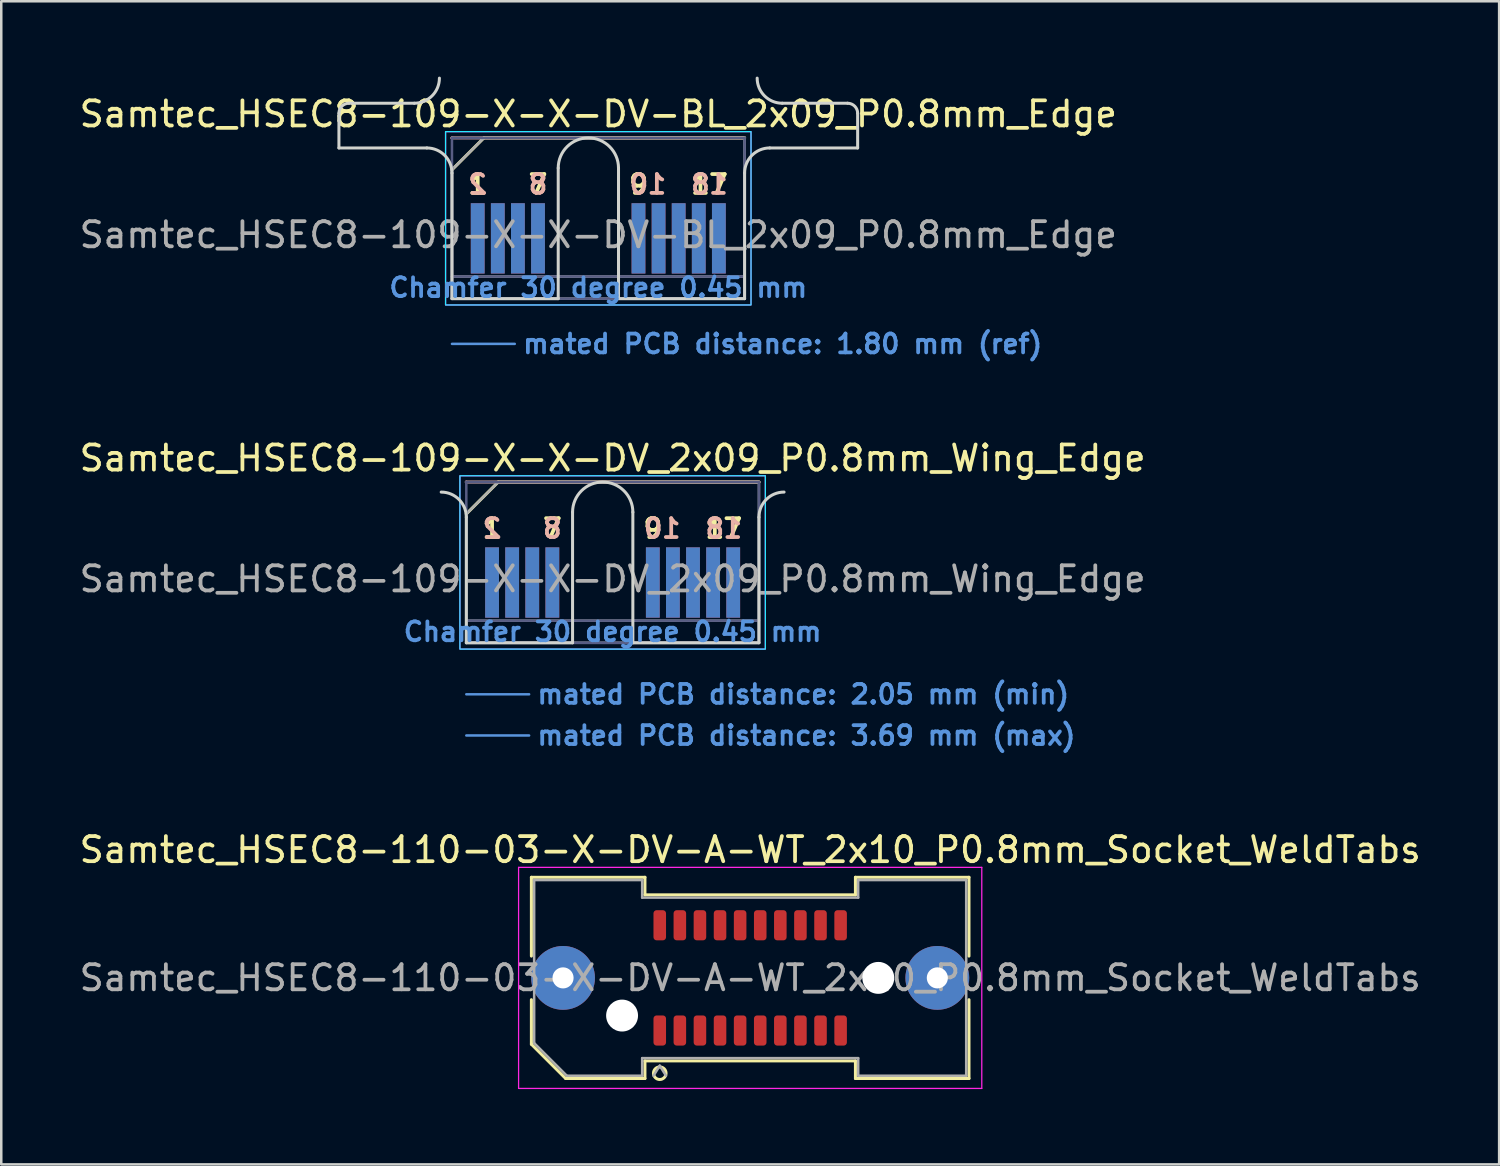
<source format=kicad_pcb>
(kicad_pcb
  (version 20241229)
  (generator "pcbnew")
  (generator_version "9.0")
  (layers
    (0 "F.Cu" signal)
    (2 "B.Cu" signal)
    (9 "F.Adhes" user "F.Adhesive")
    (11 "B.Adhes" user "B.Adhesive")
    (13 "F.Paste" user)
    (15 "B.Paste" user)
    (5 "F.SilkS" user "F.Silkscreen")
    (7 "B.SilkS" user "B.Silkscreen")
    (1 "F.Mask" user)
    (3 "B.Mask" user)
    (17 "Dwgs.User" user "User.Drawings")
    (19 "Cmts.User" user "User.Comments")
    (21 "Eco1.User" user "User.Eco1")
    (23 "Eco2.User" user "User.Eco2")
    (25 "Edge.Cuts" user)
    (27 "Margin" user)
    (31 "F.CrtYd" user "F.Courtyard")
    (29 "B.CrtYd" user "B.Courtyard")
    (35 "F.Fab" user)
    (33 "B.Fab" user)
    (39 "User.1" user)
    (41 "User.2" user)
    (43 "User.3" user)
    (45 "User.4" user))
  (footprint "Samtec_HSEC8-109-X-X-DV-BL_2x09_P0.8mm_Edge"
    (layer "F.Cu")
    (at 20.768 8.84)
    (property "Reference" "Samtec_HSEC8-109-X-X-DV-BL_2x09_P0.8mm_Edge" (at 0 -7.35 0) (layer "F.SilkS") (effects (font (size 1 1) (thickness 0.15))))
    (attr exclude_from_pos_files exclude_from_bom)
    (fp_line (start -5.825 -5.13) (end -4.555 -6.4) (stroke (width 0.12) (type solid)) (layer "F.SilkS"))
    (fp_line (start -4.555 -6.4) (end 5.825 -6.4) (stroke (width 0.12) (type solid)) (layer "F.SilkS"))
    (fp_line (start -5.825 -6.4) (end -5.825 -6.4) (stroke (width 0.12) (type solid)) (layer "B.SilkS"))
    (fp_line (start -5.825 -6.4) (end 5.825 -6.4) (stroke (width 0.12) (type solid)) (layer "B.SilkS"))
    (fp_line (start -5.825 1.8) (end -3.325 1.8) (stroke (width 0.1) (type solid)) (layer "Cmts.User"))
    (fp_line (start -10.325 -6) (end -10.325 -7.38) (stroke (width 0.12) (type solid)) (layer "Edge.Cuts"))
    (fp_line (start -9.925 -7.78) (end -7.325 -7.78) (stroke (width 0.12) (type solid)) (layer "Edge.Cuts"))
    (fp_line (start -6.825 -6) (end -10.325 -6) (stroke (width 0.12) (type solid)) (layer "Edge.Cuts"))
    (fp_line (start -5.825 -5) (end -5.825 0) (stroke (width 0.12) (type solid)) (layer "Edge.Cuts"))
    (fp_line (start -5.825 0) (end -1.595 0) (stroke (width 0.12) (type solid)) (layer "Edge.Cuts"))
    (fp_line (start -1.595 0) (end -1.595 -5.2) (stroke (width 0.12) (type solid)) (layer "Edge.Cuts"))
    (fp_line (start 0.805 -5.2) (end 0.805 0) (stroke (width 0.12) (type solid)) (layer "Edge.Cuts"))
    (fp_line (start 0.805 0) (end 5.825 0) (stroke (width 0.12) (type solid)) (layer "Edge.Cuts"))
    (fp_line (start 5.825 0) (end 5.825 -5) (stroke (width 0.12) (type solid)) (layer "Edge.Cuts"))
    (fp_line (start 6.825 -6) (end 10.325 -6) (stroke (width 0.12) (type solid)) (layer "Edge.Cuts"))
    (fp_line (start 9.925 -7.78) (end 7.325 -7.78) (stroke (width 0.12) (type solid)) (layer "Edge.Cuts"))
    (fp_line (start 10.325 -6) (end 10.325 -7.38) (stroke (width 0.12) (type solid)) (layer "Edge.Cuts"))
    (fp_arc (start -10.325 -7.38) (mid -10.207843 -7.662843) (end -9.925 -7.78) (stroke (width 0.12) (type solid)) (layer "Edge.Cuts"))
    (fp_arc (start -6.825 -6) (mid -6.117893 -5.707107) (end -5.825 -5) (stroke (width 0.12) (type solid)) (layer "Edge.Cuts"))
    (fp_arc (start -6.325 -8.78) (mid -6.617893 -8.072893) (end -7.325 -7.78) (stroke (width 0.12) (type solid)) (layer "Edge.Cuts"))
    (fp_arc (start -1.595 -5.2) (mid -0.395 -6.4) (end 0.805 -5.2) (stroke (width 0.12) (type solid)) (layer "Edge.Cuts"))
    (fp_arc (start 5.825 -5) (mid 6.117893 -5.707107) (end 6.825 -6) (stroke (width 0.12) (type solid)) (layer "Edge.Cuts"))
    (fp_arc (start 7.325 -7.78) (mid 6.617893 -8.072893) (end 6.325 -8.78) (stroke (width 0.12) (type solid)) (layer "Edge.Cuts"))
    (fp_arc (start 9.925 -7.78) (mid 10.207843 -7.662843) (end 10.325 -7.38) (stroke (width 0.12) (type solid)) (layer "Edge.Cuts"))
    (fp_rect (start -6.08 -6.65) (end 6.08 0.25) (stroke (width 0.05) (type solid)) (fill no) (layer "B.CrtYd"))
    (fp_rect (start -6.08 -6.65) (end 6.08 0.25) (stroke (width 0.05) (type solid)) (fill no) (layer "F.CrtYd"))
    (fp_line (start -5.825 -6.4) (end -5.825 -6.4) (stroke (width 0.1) (type solid)) (layer "B.Fab"))
    (fp_line (start -5.825 -6.4) (end -5.825 0) (stroke (width 0.1) (type solid)) (layer "B.Fab"))
    (fp_line (start -5.825 -6.4) (end 5.825 -6.4) (stroke (width 0.1) (type solid)) (layer "B.Fab"))
    (fp_line (start -5.825 -0.88) (end 5.825 -0.88) (stroke (width 0.1) (type solid)) (layer "B.Fab"))
    (fp_line (start -5.825 0) (end 5.825 0) (stroke (width 0.1) (type solid)) (layer "B.Fab"))
    (fp_line (start 5.825 -6.4) (end 5.825 0) (stroke (width 0.1) (type solid)) (layer "B.Fab"))
    (fp_line (start -5.825 -5.13) (end -5.825 0) (stroke (width 0.1) (type solid)) (layer "F.Fab"))
    (fp_line (start -5.825 -5.13) (end -4.555 -6.4) (stroke (width 0.1) (type solid)) (layer "F.Fab"))
    (fp_line (start -5.825 -0.88) (end 5.825 -0.88) (stroke (width 0.1) (type solid)) (layer "F.Fab"))
    (fp_line (start -5.825 0) (end 5.825 0) (stroke (width 0.1) (type solid)) (layer "F.Fab"))
    (fp_line (start -4.555 -6.4) (end 5.825 -6.4) (stroke (width 0.1) (type solid)) (layer "F.Fab"))
    (fp_line (start 5.825 -6.4) (end 5.825 0) (stroke (width 0.1) (type solid)) (layer "F.Fab"))
    (fp_text user "7" (at -2.4 -4.55 0) (layer "F.SilkS") (effects (font (size 0.75 0.75) (thickness 0.15))))
    (fp_text user "17" (at 4.425 -4.55 0) (layer "F.SilkS") (effects (font (size 0.75 0.75) (thickness 0.15))))
    (fp_text user "9" (at 1.6 -4.55 0) (layer "F.SilkS") (effects (font (size 0.75 0.75) (thickness 0.15))))
    (fp_text user "1" (at -4.8 -4.55 0) (layer "F.SilkS") (effects (font (size 0.75 0.75) (thickness 0.15))))
    (fp_text user "18" (at 4.425 -4.55 0) (layer "B.SilkS") (effects (font (size 0.75 0.75) (thickness 0.15)) (justify mirror)))
    (fp_text user "2" (at -4.8 -4.55 0) (layer "B.SilkS") (effects (font (size 0.75 0.75) (thickness 0.15)) (justify mirror)))
    (fp_text user "10" (at 1.975 -4.55 0) (layer "B.SilkS") (effects (font (size 0.75 0.75) (thickness 0.15)) (justify mirror)))
    (fp_text user "8" (at -2.4 -4.55 0) (layer "B.SilkS") (effects (font (size 0.75 0.75) (thickness 0.15)) (justify mirror)))
    (fp_text user "mated PCB distance: 1.80 mm (ref)" (at -3.08 1.8 0) (layer "Cmts.User") (effects (font (size 0.75 0.75) (thickness 0.15)) (justify left)))
    (fp_text user "Chamfer 30 degree 0.45 mm" (at 0 -0.44 0) (layer "Cmts.User") (effects (font (size 0.75 0.75) (thickness 0.15))))
    (fp_text user "${REFERENCE}" (at 0 -2.54 0) (layer "F.Fab") (effects (font (size 1 1) (thickness 0.15))))
    (pad "1" connect rect (at -4.8 -2.4) (size 0.55 2.8) (layers "F.Cu" "F.Mask"))
    (pad "2" connect rect (at -4.8 -2.4) (size 0.55 2.8) (layers "B.Cu" "B.Mask"))
    (pad "3" connect rect (at -4 -2.4) (size 0.55 2.8) (layers "F.Cu" "F.Mask"))
    (pad "4" connect rect (at -4 -2.4) (size 0.55 2.8) (layers "B.Cu" "B.Mask"))
    (pad "5" connect rect (at -3.2 -2.4) (size 0.55 2.8) (layers "F.Cu" "F.Mask"))
    (pad "6" connect rect (at -3.2 -2.4) (size 0.55 2.8) (layers "B.Cu" "B.Mask"))
    (pad "7" connect rect (at -2.4 -2.4) (size 0.55 2.8) (layers "F.Cu" "F.Mask"))
    (pad "8" connect rect (at -2.4 -2.4) (size 0.55 2.8) (layers "B.Cu" "B.Mask"))
    (pad "9" connect rect (at 1.6 -2.4) (size 0.55 2.8) (layers "F.Cu" "F.Mask"))
    (pad "10" connect rect (at 1.6 -2.4) (size 0.55 2.8) (layers "B.Cu" "B.Mask"))
    (pad "11" connect rect (at 2.4 -2.4) (size 0.55 2.8) (layers "F.Cu" "F.Mask"))
    (pad "12" connect rect (at 2.4 -2.4) (size 0.55 2.8) (layers "B.Cu" "B.Mask"))
    (pad "13" connect rect (at 3.2 -2.4) (size 0.55 2.8) (layers "F.Cu" "F.Mask"))
    (pad "14" connect rect (at 3.2 -2.4) (size 0.55 2.8) (layers "B.Cu" "B.Mask"))
    (pad "15" connect rect (at 4 -2.4) (size 0.55 2.8) (layers "F.Cu" "F.Mask"))
    (pad "16" connect rect (at 4 -2.4) (size 0.55 2.8) (layers "B.Cu" "B.Mask"))
    (pad "17" connect rect (at 4.8 -2.4) (size 0.55 2.8) (layers "F.Cu" "F.Mask"))
    (pad "18" connect rect (at 4.8 -2.4) (size 0.55 2.8) (layers "B.Cu" "B.Mask")))
  (footprint "Samtec_HSEC8-109-X-X-DV_2x09_P0.8mm_Wing_Edge"
    (layer "F.Cu")
    (at 21.339 22.54)
    (property "Reference" "Samtec_HSEC8-109-X-X-DV_2x09_P0.8mm_Wing_Edge" (at 0 -7.35 0) (layer "F.SilkS") (effects (font (size 1 1) (thickness 0.15))))
    (attr exclude_from_pos_files exclude_from_bom)
    (fp_line (start -5.825 -5.13) (end -4.555 -6.4) (stroke (width 0.12) (type solid)) (layer "F.SilkS"))
    (fp_line (start -4.555 -6.4) (end 5.825 -6.4) (stroke (width 0.12) (type solid)) (layer "F.SilkS"))
    (fp_line (start -5.825 -6.4) (end -5.825 -6.4) (stroke (width 0.12) (type solid)) (layer "B.SilkS"))
    (fp_line (start -5.825 -6.4) (end 5.825 -6.4) (stroke (width 0.12) (type solid)) (layer "B.SilkS"))
    (fp_line (start -5.825 2.05) (end -3.325 2.05) (stroke (width 0.1) (type solid)) (layer "Cmts.User"))
    (fp_line (start -5.825 3.69) (end -3.325 3.69) (stroke (width 0.1) (type solid)) (layer "Cmts.User"))
    (fp_line (start -5.825 -5) (end -5.825 0) (stroke (width 0.12) (type solid)) (layer "Edge.Cuts"))
    (fp_line (start -5.825 0) (end -1.595 0) (stroke (width 0.12) (type solid)) (layer "Edge.Cuts"))
    (fp_line (start -1.595 0) (end -1.595 -5.2) (stroke (width 0.12) (type solid)) (layer "Edge.Cuts"))
    (fp_line (start 0.805 -5.2) (end 0.805 0) (stroke (width 0.12) (type solid)) (layer "Edge.Cuts"))
    (fp_line (start 0.805 0) (end 5.825 0) (stroke (width 0.12) (type solid)) (layer "Edge.Cuts"))
    (fp_line (start 5.825 0) (end 5.825 -5) (stroke (width 0.12) (type solid)) (layer "Edge.Cuts"))
    (fp_arc (start -6.825 -6) (mid -6.117893 -5.707107) (end -5.825 -5) (stroke (width 0.12) (type solid)) (layer "Edge.Cuts"))
    (fp_arc (start -1.595 -5.2) (mid -0.395 -6.4) (end 0.805 -5.2) (stroke (width 0.12) (type solid)) (layer "Edge.Cuts"))
    (fp_arc (start 5.825 -5) (mid 6.117893 -5.707107) (end 6.825 -6) (stroke (width 0.12) (type solid)) (layer "Edge.Cuts"))
    (fp_rect (start -6.08 -6.65) (end 6.08 0.25) (stroke (width 0.05) (type solid)) (fill no) (layer "B.CrtYd"))
    (fp_rect (start -6.08 -6.65) (end 6.08 0.25) (stroke (width 0.05) (type solid)) (fill no) (layer "F.CrtYd"))
    (fp_line (start -5.825 -6.4) (end -5.825 -6.4) (stroke (width 0.1) (type solid)) (layer "B.Fab"))
    (fp_line (start -5.825 -6.4) (end -5.825 0) (stroke (width 0.1) (type solid)) (layer "B.Fab"))
    (fp_line (start -5.825 -6.4) (end 5.825 -6.4) (stroke (width 0.1) (type solid)) (layer "B.Fab"))
    (fp_line (start -5.825 -0.88) (end 5.825 -0.88) (stroke (width 0.1) (type solid)) (layer "B.Fab"))
    (fp_line (start -5.825 0) (end 5.825 0) (stroke (width 0.1) (type solid)) (layer "B.Fab"))
    (fp_line (start 5.825 -6.4) (end 5.825 0) (stroke (width 0.1) (type solid)) (layer "B.Fab"))
    (fp_line (start -5.825 -5.13) (end -5.825 0) (stroke (width 0.1) (type solid)) (layer "F.Fab"))
    (fp_line (start -5.825 -5.13) (end -4.555 -6.4) (stroke (width 0.1) (type solid)) (layer "F.Fab"))
    (fp_line (start -5.825 -0.88) (end 5.825 -0.88) (stroke (width 0.1) (type solid)) (layer "F.Fab"))
    (fp_line (start -5.825 0) (end 5.825 0) (stroke (width 0.1) (type solid)) (layer "F.Fab"))
    (fp_line (start -4.555 -6.4) (end 5.825 -6.4) (stroke (width 0.1) (type solid)) (layer "F.Fab"))
    (fp_line (start 5.825 -6.4) (end 5.825 0) (stroke (width 0.1) (type solid)) (layer "F.Fab"))
    (fp_text user "7" (at -2.4 -4.55 0) (layer "F.SilkS") (effects (font (size 0.75 0.75) (thickness 0.15))))
    (fp_text user "9" (at 1.6 -4.55 0) (layer "F.SilkS") (effects (font (size 0.75 0.75) (thickness 0.15))))
    (fp_text user "17" (at 4.425 -4.55 0) (layer "F.SilkS") (effects (font (size 0.75 0.75) (thickness 0.15))))
    (fp_text user "1" (at -4.8 -4.55 0) (layer "F.SilkS") (effects (font (size 0.75 0.75) (thickness 0.15))))
    (fp_text user "10" (at 1.975 -4.55 0) (layer "B.SilkS") (effects (font (size 0.75 0.75) (thickness 0.15)) (justify mirror)))
    (fp_text user "18" (at 4.425 -4.55 0) (layer "B.SilkS") (effects (font (size 0.75 0.75) (thickness 0.15)) (justify mirror)))
    (fp_text user "2" (at -4.8 -4.55 0) (layer "B.SilkS") (effects (font (size 0.75 0.75) (thickness 0.15)) (justify mirror)))
    (fp_text user "8" (at -2.4 -4.55 0) (layer "B.SilkS") (effects (font (size 0.75 0.75) (thickness 0.15)) (justify mirror)))
    (fp_text user "Chamfer 30 degree 0.45 mm" (at 0 -0.44 0) (layer "Cmts.User") (effects (font (size 0.75 0.75) (thickness 0.15))))
    (fp_text user "mated PCB distance: 3.69 mm (max)" (at -3.08 3.69 0) (layer "Cmts.User") (effects (font (size 0.75 0.75) (thickness 0.15)) (justify left)))
    (fp_text user "mated PCB distance: 2.05 mm (min)" (at -3.08 2.05 0) (layer "Cmts.User") (effects (font (size 0.75 0.75) (thickness 0.15)) (justify left)))
    (fp_text user "${REFERENCE}" (at 0 -2.54 0) (layer "F.Fab") (effects (font (size 1 1) (thickness 0.15))))
    (pad "1" connect rect (at -4.8 -2.4) (size 0.55 2.8) (layers "F.Cu" "F.Mask"))
    (pad "2" connect rect (at -4.8 -2.4) (size 0.55 2.8) (layers "B.Cu" "B.Mask"))
    (pad "3" connect rect (at -4 -2.4) (size 0.55 2.8) (layers "F.Cu" "F.Mask"))
    (pad "4" connect rect (at -4 -2.4) (size 0.55 2.8) (layers "B.Cu" "B.Mask"))
    (pad "5" connect rect (at -3.2 -2.4) (size 0.55 2.8) (layers "F.Cu" "F.Mask"))
    (pad "6" connect rect (at -3.2 -2.4) (size 0.55 2.8) (layers "B.Cu" "B.Mask"))
    (pad "7" connect rect (at -2.4 -2.4) (size 0.55 2.8) (layers "F.Cu" "F.Mask"))
    (pad "8" connect rect (at -2.4 -2.4) (size 0.55 2.8) (layers "B.Cu" "B.Mask"))
    (pad "9" connect rect (at 1.6 -2.4) (size 0.55 2.8) (layers "F.Cu" "F.Mask"))
    (pad "10" connect rect (at 1.6 -2.4) (size 0.55 2.8) (layers "B.Cu" "B.Mask"))
    (pad "11" connect rect (at 2.4 -2.4) (size 0.55 2.8) (layers "F.Cu" "F.Mask"))
    (pad "12" connect rect (at 2.4 -2.4) (size 0.55 2.8) (layers "B.Cu" "B.Mask"))
    (pad "13" connect rect (at 3.2 -2.4) (size 0.55 2.8) (layers "F.Cu" "F.Mask"))
    (pad "14" connect rect (at 3.2 -2.4) (size 0.55 2.8) (layers "B.Cu" "B.Mask"))
    (pad "15" connect rect (at 4 -2.4) (size 0.55 2.8) (layers "F.Cu" "F.Mask"))
    (pad "16" connect rect (at 4 -2.4) (size 0.55 2.8) (layers "B.Cu" "B.Mask"))
    (pad "17" connect rect (at 4.8 -2.4) (size 0.55 2.8) (layers "F.Cu" "F.Mask"))
    (pad "18" connect rect (at 4.8 -2.4) (size 0.55 2.8) (layers "B.Cu" "B.Mask")))
  (footprint "Samtec_HSEC8-110-03-X-DV-A-WT_2x10_P0.8mm_Socket_WeldTabs"
    (layer "F.Cu")
    (at 26.815 35.88)
    (property "Reference" "Samtec_HSEC8-110-03-X-DV-A-WT_2x10_P0.8mm_Socket_WeldTabs" (at 0 -5.1 0) (layer "F.SilkS") (effects (font (size 1 1) (thickness 0.15))))
    (attr smd)
    (fp_line (start -8.71 -4.005) (end -4.19 -4.005) (stroke (width 0.12) (type solid)) (layer "F.SilkS"))
    (fp_line (start -8.71 -0.868) (end -8.71 -4.005) (stroke (width 0.12) (type solid)) (layer "F.SilkS"))
    (fp_line (start -8.71 2.641) (end -8.71 0.868) (stroke (width 0.12) (type solid)) (layer "F.SilkS"))
    (fp_line (start -7.346 4.005) (end -8.71 2.641) (stroke (width 0.12) (type solid)) (layer "F.SilkS"))
    (fp_line (start -4.19 -4.005) (end -4.19 -3.305) (stroke (width 0.12) (type solid)) (layer "F.SilkS"))
    (fp_line (start -4.19 -3.305) (end 4.19 -3.305) (stroke (width 0.12) (type solid)) (layer "F.SilkS"))
    (fp_line (start -4.19 3.305) (end -4.19 4.005) (stroke (width 0.12) (type solid)) (layer "F.SilkS"))
    (fp_line (start -4.19 4.005) (end -7.346 4.005) (stroke (width 0.12) (type solid)) (layer "F.SilkS"))
    (fp_line (start 4.19 -4.005) (end 8.71 -4.005) (stroke (width 0.12) (type solid)) (layer "F.SilkS"))
    (fp_line (start 4.19 -3.305) (end 4.19 -4.005) (stroke (width 0.12) (type solid)) (layer "F.SilkS"))
    (fp_line (start 4.19 3.305) (end -4.19 3.305) (stroke (width 0.12) (type solid)) (layer "F.SilkS"))
    (fp_line (start 4.19 4.005) (end 4.19 3.305) (stroke (width 0.12) (type solid)) (layer "F.SilkS"))
    (fp_line (start 8.71 -4.005) (end 8.71 -0.868) (stroke (width 0.12) (type solid)) (layer "F.SilkS"))
    (fp_line (start 8.71 0.868) (end 8.71 4.005) (stroke (width 0.12) (type solid)) (layer "F.SilkS"))
    (fp_line (start 8.71 4.005) (end 4.19 4.005) (stroke (width 0.12) (type solid)) (layer "F.SilkS"))
    (fp_arc (start -3.35 3.795) (mid -3.85 3.795) (end -3.35 3.795) (stroke (width 0.12) (type solid)) (layer "F.SilkS"))
    (fp_line (start -9.22 -4.4) (end -9.22 4.4) (stroke (width 0.05) (type solid)) (layer "F.CrtYd"))
    (fp_line (start -9.22 4.4) (end 9.22 4.4) (stroke (width 0.05) (type solid)) (layer "F.CrtYd"))
    (fp_line (start 9.22 -4.4) (end -9.22 -4.4) (stroke (width 0.05) (type solid)) (layer "F.CrtYd"))
    (fp_line (start 9.22 4.4) (end 9.22 -4.4) (stroke (width 0.05) (type solid)) (layer "F.CrtYd"))
    (fp_line (start -8.6 -3.895) (end -4.3 -3.895) (stroke (width 0.1) (type solid)) (layer "F.Fab"))
    (fp_line (start -8.6 2.595) (end -8.6 -3.895) (stroke (width 0.1) (type solid)) (layer "F.Fab"))
    (fp_line (start -7.3 3.895) (end -8.6 2.595) (stroke (width 0.1) (type solid)) (layer "F.Fab"))
    (fp_line (start -4.3 -3.895) (end -4.3 -3.195) (stroke (width 0.1) (type solid)) (layer "F.Fab"))
    (fp_line (start -4.3 -3.195) (end 4.3 -3.195) (stroke (width 0.1) (type solid)) (layer "F.Fab"))
    (fp_line (start -4.3 3.195) (end -4.3 3.895) (stroke (width 0.1) (type solid)) (layer "F.Fab"))
    (fp_line (start -4.3 3.895) (end -7.3 3.895) (stroke (width 0.1) (type solid)) (layer "F.Fab"))
    (fp_line (start -3.6 3.495) (end -3.85 3.895) (stroke (width 0.1) (type solid)) (layer "F.Fab"))
    (fp_line (start -3.6 3.495) (end -3.35 3.895) (stroke (width 0.1) (type solid)) (layer "F.Fab"))
    (fp_line (start 4.3 -3.895) (end 8.6 -3.895) (stroke (width 0.1) (type solid)) (layer "F.Fab"))
    (fp_line (start 4.3 -3.195) (end 4.3 -3.895) (stroke (width 0.1) (type solid)) (layer "F.Fab"))
    (fp_line (start 4.3 3.195) (end -4.3 3.195) (stroke (width 0.1) (type solid)) (layer "F.Fab"))
    (fp_line (start 4.3 3.895) (end 4.3 3.195) (stroke (width 0.1) (type solid)) (layer "F.Fab"))
    (fp_line (start 8.6 -3.895) (end 8.6 3.895) (stroke (width 0.1) (type solid)) (layer "F.Fab"))
    (fp_line (start 8.6 3.895) (end 4.3 3.895) (stroke (width 0.1) (type solid)) (layer "F.Fab"))
    (fp_text user "${REFERENCE}" (at 0 0 0) (layer "F.Fab") (effects (font (size 1 1) (thickness 0.15))))
    (pad "" thru_hole circle (at -7.45 0) (size 2.54 2.54) (drill 0.84) (layers "*.Cu" "*.Mask" "F.Paste"))
    (pad "" np_thru_hole circle (at -5.1 1.5) (size 1.27 1.27) (drill 1.27) (layers "*.Cu" "*.Mask"))
    (pad "" np_thru_hole circle (at 5.1 0) (size 1.27 1.27) (drill 1.27) (layers "*.Cu" "*.Mask"))
    (pad "" thru_hole circle (at 7.45 0) (size 2.54 2.54) (drill 0.84) (layers "*.Cu" "*.Mask" "F.Paste"))
    (pad "1" smd roundrect (at -3.6 2.095) (size 0.5 1.2) (layers "F.Cu" "F.Mask" "F.Paste") (roundrect_rratio 0.25))
    (pad "2" smd roundrect (at -3.6 -2.095) (size 0.5 1.2) (layers "F.Cu" "F.Mask" "F.Paste") (roundrect_rratio 0.25))
    (pad "3" smd roundrect (at -2.8 2.095) (size 0.5 1.2) (layers "F.Cu" "F.Mask" "F.Paste") (roundrect_rratio 0.25))
    (pad "4" smd roundrect (at -2.8 -2.095) (size 0.5 1.2) (layers "F.Cu" "F.Mask" "F.Paste") (roundrect_rratio 0.25))
    (pad "5" smd roundrect (at -2 2.095) (size 0.5 1.2) (layers "F.Cu" "F.Mask" "F.Paste") (roundrect_rratio 0.25))
    (pad "6" smd roundrect (at -2 -2.095) (size 0.5 1.2) (layers "F.Cu" "F.Mask" "F.Paste") (roundrect_rratio 0.25))
    (pad "7" smd roundrect (at -1.2 2.095) (size 0.5 1.2) (layers "F.Cu" "F.Mask" "F.Paste") (roundrect_rratio 0.25))
    (pad "8" smd roundrect (at -1.2 -2.095) (size 0.5 1.2) (layers "F.Cu" "F.Mask" "F.Paste") (roundrect_rratio 0.25))
    (pad "9" smd roundrect (at -0.4 2.095) (size 0.5 1.2) (layers "F.Cu" "F.Mask" "F.Paste") (roundrect_rratio 0.25))
    (pad "10" smd roundrect (at -0.4 -2.095) (size 0.5 1.2) (layers "F.Cu" "F.Mask" "F.Paste") (roundrect_rratio 0.25))
    (pad "11" smd roundrect (at 0.4 2.095) (size 0.5 1.2) (layers "F.Cu" "F.Mask" "F.Paste") (roundrect_rratio 0.25))
    (pad "12" smd roundrect (at 0.4 -2.095) (size 0.5 1.2) (layers "F.Cu" "F.Mask" "F.Paste") (roundrect_rratio 0.25))
    (pad "13" smd roundrect (at 1.2 2.095) (size 0.5 1.2) (layers "F.Cu" "F.Mask" "F.Paste") (roundrect_rratio 0.25))
    (pad "14" smd roundrect (at 1.2 -2.095) (size 0.5 1.2) (layers "F.Cu" "F.Mask" "F.Paste") (roundrect_rratio 0.25))
    (pad "15" smd roundrect (at 2 2.095) (size 0.5 1.2) (layers "F.Cu" "F.Mask" "F.Paste") (roundrect_rratio 0.25))
    (pad "16" smd roundrect (at 2 -2.095) (size 0.5 1.2) (layers "F.Cu" "F.Mask" "F.Paste") (roundrect_rratio 0.25))
    (pad "17" smd roundrect (at 2.8 2.095) (size 0.5 1.2) (layers "F.Cu" "F.Mask" "F.Paste") (roundrect_rratio 0.25))
    (pad "18" smd roundrect (at 2.8 -2.095) (size 0.5 1.2) (layers "F.Cu" "F.Mask" "F.Paste") (roundrect_rratio 0.25))
    (pad "19" smd roundrect (at 3.6 2.095) (size 0.5 1.2) (layers "F.Cu" "F.Mask" "F.Paste") (roundrect_rratio 0.25))
    (pad "20" smd roundrect (at 3.6 -2.095) (size 0.5 1.2) (layers "F.Cu" "F.Mask" "F.Paste") (roundrect_rratio 0.25)))
  (gr_rect
    (start -3 -3)
    (end 56.631 43.306)
    (stroke (width 0.1) (type default))
    (fill no)
    (layer "Edge.Cuts")))
</source>
